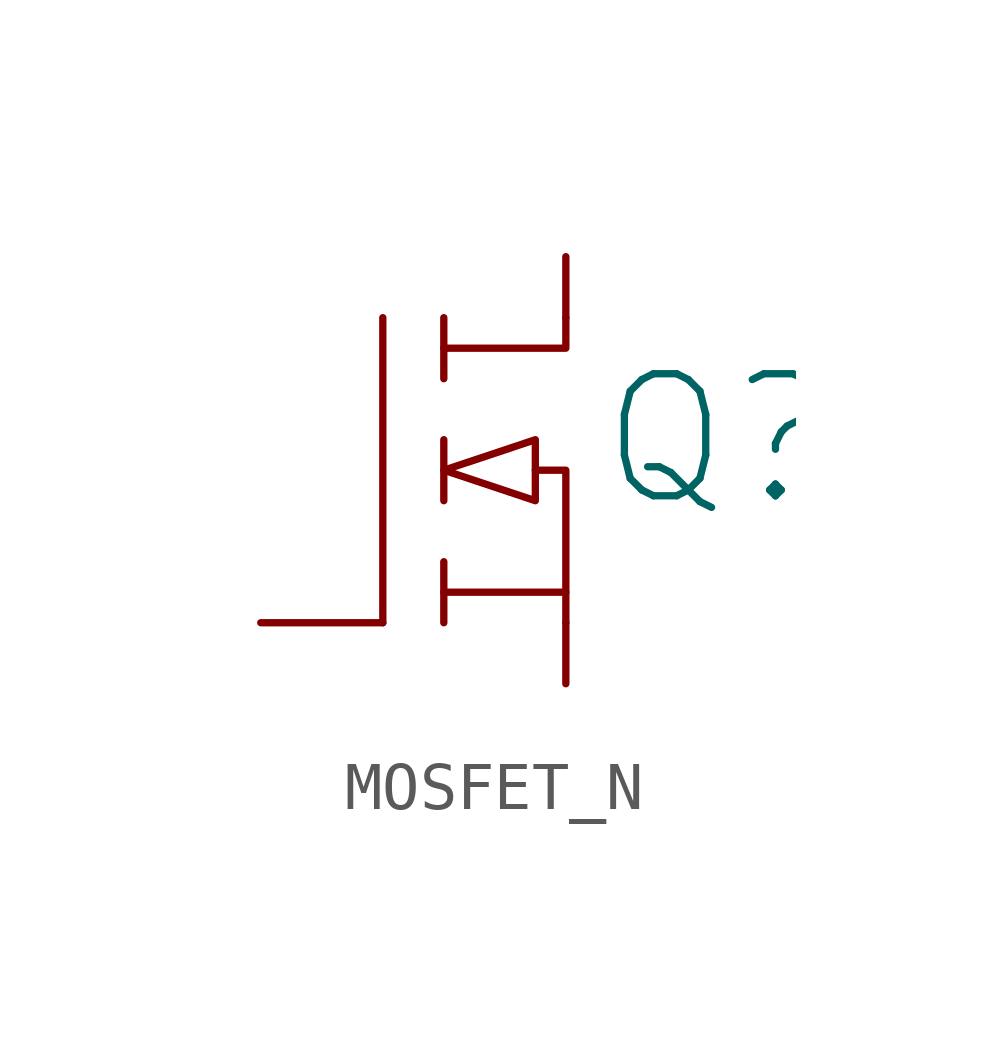
<source format=kicad_sym>
(kicad_symbol_lib
  (version 20220914)
  (generator kicad_symbol_editor)
  (symbol "MOSFET_N"
    (pin_names
      (offset 1.016))
    (property "Reference" "Q"
      (at 6.985 3.81 0)
      (effects (font (size 2.54 2.54)) (justify left)))
    (symbol "MOSFET_N_0_1"
      (polyline (pts (xy 2.54 6.35) (xy 2.54 0)) (stroke (width 0) (type default)) (fill (type none)))
      (polyline (pts (xy 3.81 0) (xy 3.81 1.27)) (stroke (width 0) (type default)) (fill (type none)))
      (polyline (pts (xy 3.81 2.54) (xy 3.81 3.81)) (stroke (width 0) (type default)) (fill (type none)))
      (polyline (pts (xy 3.81 5.08) (xy 3.81 6.35)) (stroke (width 0) (type default)) (fill (type none)))
      (polyline (pts (xy 5.715 3.175) (xy 6.35 3.175) (xy 6.35 0.635)) (stroke (width 0) (type default)) (fill (type none)))
      (polyline (pts (xy 6.35 0) (xy 6.35 0.635) (xy 3.81 0.635)) (stroke (width 0) (type default)) (fill (type none)))
      (polyline (pts (xy 6.35 6.35) (xy 6.35 5.715) (xy 3.81 5.715)) (stroke (width 0) (type default)) (fill (type none)))
      (polyline (pts (xy 5.715 3.81) (xy 3.81 3.175) (xy 5.715 2.54) (xy 5.715 3.81)) (stroke (width 0) (type default)) (fill (type none))))
    (symbol "MOSFET_N_1_1"
      (pin input line (at 0 0 0) (length 2.54) (name "" (effects (font (size 1.27 1.27)))) (number "" (effects (font (size 1.143 1.143)))))
      (pin input line (at 6.35 -1.27 90) (length 1.27) (name "" (effects (font (size 1.27 1.27)))) (number "" (effects (font (size 1.143 1.143)))))
      (pin input line (at 6.35 7.62 270) (length 1.27) (name "" (effects (font (size 1.27 1.27)))) (number "" (effects (font (size 1.143 1.143))))))))
</source>
